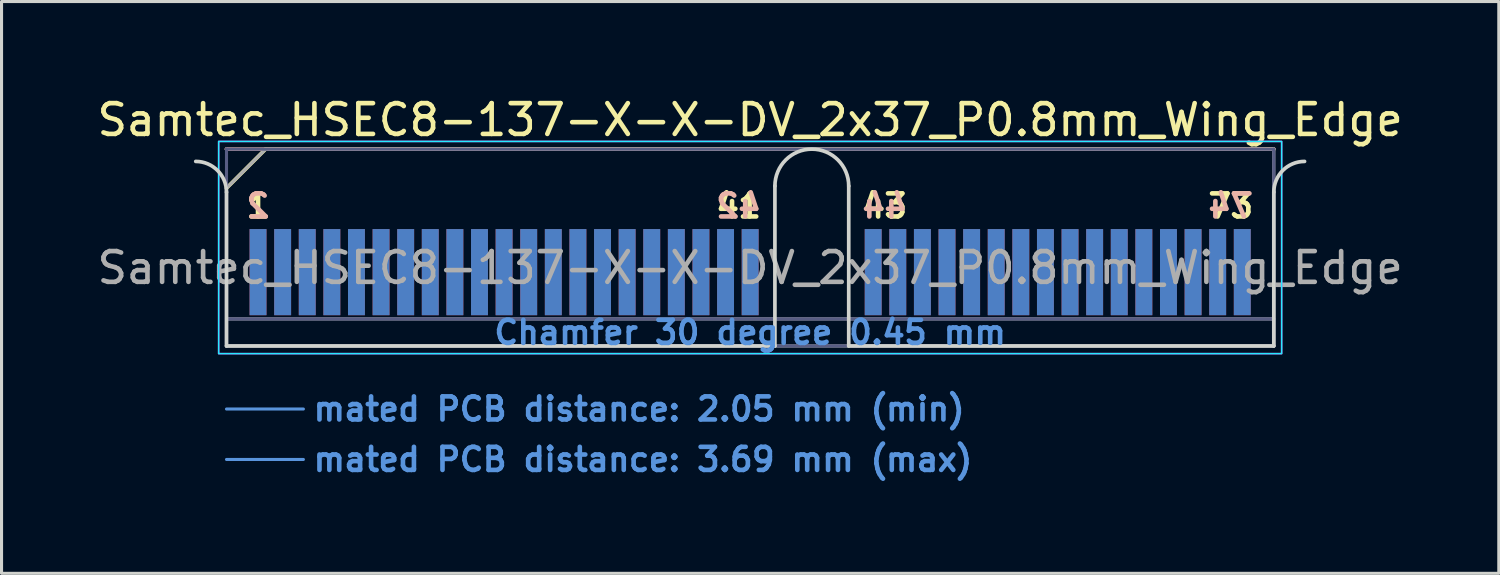
<source format=kicad_pcb>
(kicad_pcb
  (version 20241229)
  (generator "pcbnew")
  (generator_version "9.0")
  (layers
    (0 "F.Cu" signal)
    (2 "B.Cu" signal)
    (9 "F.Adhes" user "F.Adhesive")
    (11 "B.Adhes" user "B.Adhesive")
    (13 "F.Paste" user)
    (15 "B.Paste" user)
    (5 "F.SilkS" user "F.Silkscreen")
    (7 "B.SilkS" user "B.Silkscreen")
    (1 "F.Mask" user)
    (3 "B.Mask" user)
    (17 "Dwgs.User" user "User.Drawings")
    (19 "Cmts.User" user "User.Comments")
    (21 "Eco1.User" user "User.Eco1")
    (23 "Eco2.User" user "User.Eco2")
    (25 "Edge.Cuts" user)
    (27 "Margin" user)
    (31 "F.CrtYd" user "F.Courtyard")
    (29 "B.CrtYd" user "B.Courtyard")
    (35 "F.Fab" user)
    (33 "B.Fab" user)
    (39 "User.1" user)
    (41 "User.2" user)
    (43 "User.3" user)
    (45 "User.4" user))
  (footprint "Samtec_HSEC8-137-X-X-DV_2x37_P0.8mm_Wing_Edge"
    (layer "F.Cu")
    (at 21.339 8.198)
    (property "Reference" "Samtec_HSEC8-137-X-X-DV_2x37_P0.8mm_Wing_Edge" (at 0 -7.35 0) (layer "F.SilkS") (effects (font (size 1 1) (thickness 0.15))))
    (attr exclude_from_pos_files exclude_from_bom)
    (fp_line (start -17.025 -5.13) (end -15.755 -6.4) (stroke (width 0.12) (type solid)) (layer "F.SilkS"))
    (fp_line (start -15.755 -6.4) (end 17.025 -6.4) (stroke (width 0.12) (type solid)) (layer "F.SilkS"))
    (fp_line (start -17.025 -6.4) (end -17.025 -6.4) (stroke (width 0.12) (type solid)) (layer "B.SilkS"))
    (fp_line (start -17.025 -6.4) (end 17.025 -6.4) (stroke (width 0.12) (type solid)) (layer "B.SilkS"))
    (fp_line (start -17.025 2.05) (end -14.525 2.05) (stroke (width 0.1) (type solid)) (layer "Cmts.User"))
    (fp_line (start -17.025 3.69) (end -14.525 3.69) (stroke (width 0.1) (type solid)) (layer "Cmts.User"))
    (fp_line (start -17.025 -5) (end -17.025 0) (stroke (width 0.12) (type solid)) (layer "Edge.Cuts"))
    (fp_line (start -17.025 0) (end 0.805 0) (stroke (width 0.12) (type solid)) (layer "Edge.Cuts"))
    (fp_line (start 0.805 0) (end 0.805 -5.2) (stroke (width 0.12) (type solid)) (layer "Edge.Cuts"))
    (fp_line (start 3.205 -5.2) (end 3.205 0) (stroke (width 0.12) (type solid)) (layer "Edge.Cuts"))
    (fp_line (start 3.205 0) (end 17.025 0) (stroke (width 0.12) (type solid)) (layer "Edge.Cuts"))
    (fp_line (start 17.025 0) (end 17.025 -5) (stroke (width 0.12) (type solid)) (layer "Edge.Cuts"))
    (fp_arc (start -18.025 -6) (mid -17.317893 -5.707107) (end -17.025 -5) (stroke (width 0.12) (type solid)) (layer "Edge.Cuts"))
    (fp_arc (start 0.805 -5.2) (mid 2.005 -6.4) (end 3.205 -5.2) (stroke (width 0.12) (type solid)) (layer "Edge.Cuts"))
    (fp_arc (start 17.025 -5) (mid 17.317893 -5.707107) (end 18.025 -6) (stroke (width 0.12) (type solid)) (layer "Edge.Cuts"))
    (fp_rect (start -17.28 -6.65) (end 17.28 0.25) (stroke (width 0.05) (type solid)) (fill no) (layer "B.CrtYd"))
    (fp_rect (start -17.28 -6.65) (end 17.28 0.25) (stroke (width 0.05) (type solid)) (fill no) (layer "F.CrtYd"))
    (fp_line (start -17.025 -6.4) (end -17.025 -6.4) (stroke (width 0.1) (type solid)) (layer "B.Fab"))
    (fp_line (start -17.025 -6.4) (end -17.025 0) (stroke (width 0.1) (type solid)) (layer "B.Fab"))
    (fp_line (start -17.025 -6.4) (end 17.025 -6.4) (stroke (width 0.1) (type solid)) (layer "B.Fab"))
    (fp_line (start -17.025 -0.88) (end 17.025 -0.88) (stroke (width 0.1) (type solid)) (layer "B.Fab"))
    (fp_line (start -17.025 0) (end 17.025 0) (stroke (width 0.1) (type solid)) (layer "B.Fab"))
    (fp_line (start 17.025 -6.4) (end 17.025 0) (stroke (width 0.1) (type solid)) (layer "B.Fab"))
    (fp_line (start -17.025 -5.13) (end -17.025 0) (stroke (width 0.1) (type solid)) (layer "F.Fab"))
    (fp_line (start -17.025 -5.13) (end -15.755 -6.4) (stroke (width 0.1) (type solid)) (layer "F.Fab"))
    (fp_line (start -17.025 -0.88) (end 17.025 -0.88) (stroke (width 0.1) (type solid)) (layer "F.Fab"))
    (fp_line (start -17.025 0) (end 17.025 0) (stroke (width 0.1) (type solid)) (layer "F.Fab"))
    (fp_line (start -15.755 -6.4) (end 17.025 -6.4) (stroke (width 0.1) (type solid)) (layer "F.Fab"))
    (fp_line (start 17.025 -6.4) (end 17.025 0) (stroke (width 0.1) (type solid)) (layer "F.Fab"))
    (fp_text user "1" (at -16 -4.55 0) (layer "F.SilkS") (effects (font (size 0.75 0.75) (thickness 0.15))))
    (fp_text user "41" (at -0.375 -4.55 0) (layer "F.SilkS") (effects (font (size 0.75 0.75) (thickness 0.15))))
    (fp_text user "73" (at 15.625 -4.55 0) (layer "F.SilkS") (effects (font (size 0.75 0.75) (thickness 0.15))))
    (fp_text user "43" (at 4.375 -4.55 0) (layer "F.SilkS") (effects (font (size 0.75 0.75) (thickness 0.15))))
    (fp_text user "2" (at -16 -4.55 0) (layer "B.SilkS") (effects (font (size 0.75 0.75) (thickness 0.15)) (justify mirror)))
    (fp_text user "74" (at 15.625 -4.55 0) (layer "B.SilkS") (effects (font (size 0.75 0.75) (thickness 0.15)) (justify mirror)))
    (fp_text user "42" (at -0.375 -4.55 0) (layer "B.SilkS") (effects (font (size 0.75 0.75) (thickness 0.15)) (justify mirror)))
    (fp_text user "44" (at 4.375 -4.55 0) (layer "B.SilkS") (effects (font (size 0.75 0.75) (thickness 0.15)) (justify mirror)))
    (fp_text user "mated PCB distance: 2.05 mm (min)" (at -14.28 2.05 0) (layer "Cmts.User") (effects (font (size 0.75 0.75) (thickness 0.15)) (justify left)))
    (fp_text user "Chamfer 30 degree 0.45 mm" (at 0 -0.44 0) (layer "Cmts.User") (effects (font (size 0.75 0.75) (thickness 0.15))))
    (fp_text user "mated PCB distance: 3.69 mm (max)" (at -14.28 3.69 0) (layer "Cmts.User") (effects (font (size 0.75 0.75) (thickness 0.15)) (justify left)))
    (fp_text user "${REFERENCE}" (at 0 -2.54 0) (layer "F.Fab") (effects (font (size 1 1) (thickness 0.15))))
    (pad "1" connect rect (at -16 -2.4) (size 0.55 2.8) (layers "F.Cu" "F.Mask"))
    (pad "2" connect rect (at -16 -2.4) (size 0.55 2.8) (layers "B.Cu" "B.Mask"))
    (pad "3" connect rect (at -15.2 -2.4) (size 0.55 2.8) (layers "F.Cu" "F.Mask"))
    (pad "4" connect rect (at -15.2 -2.4) (size 0.55 2.8) (layers "B.Cu" "B.Mask"))
    (pad "5" connect rect (at -14.4 -2.4) (size 0.55 2.8) (layers "F.Cu" "F.Mask"))
    (pad "6" connect rect (at -14.4 -2.4) (size 0.55 2.8) (layers "B.Cu" "B.Mask"))
    (pad "7" connect rect (at -13.6 -2.4) (size 0.55 2.8) (layers "F.Cu" "F.Mask"))
    (pad "8" connect rect (at -13.6 -2.4) (size 0.55 2.8) (layers "B.Cu" "B.Mask"))
    (pad "9" connect rect (at -12.8 -2.4) (size 0.55 2.8) (layers "F.Cu" "F.Mask"))
    (pad "10" connect rect (at -12.8 -2.4) (size 0.55 2.8) (layers "B.Cu" "B.Mask"))
    (pad "11" connect rect (at -12 -2.4) (size 0.55 2.8) (layers "F.Cu" "F.Mask"))
    (pad "12" connect rect (at -12 -2.4) (size 0.55 2.8) (layers "B.Cu" "B.Mask"))
    (pad "13" connect rect (at -11.2 -2.4) (size 0.55 2.8) (layers "F.Cu" "F.Mask"))
    (pad "14" connect rect (at -11.2 -2.4) (size 0.55 2.8) (layers "B.Cu" "B.Mask"))
    (pad "15" connect rect (at -10.4 -2.4) (size 0.55 2.8) (layers "F.Cu" "F.Mask"))
    (pad "16" connect rect (at -10.4 -2.4) (size 0.55 2.8) (layers "B.Cu" "B.Mask"))
    (pad "17" connect rect (at -9.6 -2.4) (size 0.55 2.8) (layers "F.Cu" "F.Mask"))
    (pad "18" connect rect (at -9.6 -2.4) (size 0.55 2.8) (layers "B.Cu" "B.Mask"))
    (pad "19" connect rect (at -8.8 -2.4) (size 0.55 2.8) (layers "F.Cu" "F.Mask"))
    (pad "20" connect rect (at -8.8 -2.4) (size 0.55 2.8) (layers "B.Cu" "B.Mask"))
    (pad "21" connect rect (at -8 -2.4) (size 0.55 2.8) (layers "F.Cu" "F.Mask"))
    (pad "22" connect rect (at -8 -2.4) (size 0.55 2.8) (layers "B.Cu" "B.Mask"))
    (pad "23" connect rect (at -7.2 -2.4) (size 0.55 2.8) (layers "F.Cu" "F.Mask"))
    (pad "24" connect rect (at -7.2 -2.4) (size 0.55 2.8) (layers "B.Cu" "B.Mask"))
    (pad "25" connect rect (at -6.4 -2.4) (size 0.55 2.8) (layers "F.Cu" "F.Mask"))
    (pad "26" connect rect (at -6.4 -2.4) (size 0.55 2.8) (layers "B.Cu" "B.Mask"))
    (pad "27" connect rect (at -5.6 -2.4) (size 0.55 2.8) (layers "F.Cu" "F.Mask"))
    (pad "28" connect rect (at -5.6 -2.4) (size 0.55 2.8) (layers "B.Cu" "B.Mask"))
    (pad "29" connect rect (at -4.8 -2.4) (size 0.55 2.8) (layers "F.Cu" "F.Mask"))
    (pad "30" connect rect (at -4.8 -2.4) (size 0.55 2.8) (layers "B.Cu" "B.Mask"))
    (pad "31" connect rect (at -4 -2.4) (size 0.55 2.8) (layers "F.Cu" "F.Mask"))
    (pad "32" connect rect (at -4 -2.4) (size 0.55 2.8) (layers "B.Cu" "B.Mask"))
    (pad "33" connect rect (at -3.2 -2.4) (size 0.55 2.8) (layers "F.Cu" "F.Mask"))
    (pad "34" connect rect (at -3.2 -2.4) (size 0.55 2.8) (layers "B.Cu" "B.Mask"))
    (pad "35" connect rect (at -2.4 -2.4) (size 0.55 2.8) (layers "F.Cu" "F.Mask"))
    (pad "36" connect rect (at -2.4 -2.4) (size 0.55 2.8) (layers "B.Cu" "B.Mask"))
    (pad "37" connect rect (at -1.6 -2.4) (size 0.55 2.8) (layers "F.Cu" "F.Mask"))
    (pad "38" connect rect (at -1.6 -2.4) (size 0.55 2.8) (layers "B.Cu" "B.Mask"))
    (pad "39" connect rect (at -0.8 -2.4) (size 0.55 2.8) (layers "F.Cu" "F.Mask"))
    (pad "40" connect rect (at -0.8 -2.4) (size 0.55 2.8) (layers "B.Cu" "B.Mask"))
    (pad "41" connect rect (at 0 -2.4) (size 0.55 2.8) (layers "F.Cu" "F.Mask"))
    (pad "42" connect rect (at 0 -2.4) (size 0.55 2.8) (layers "B.Cu" "B.Mask"))
    (pad "43" connect rect (at 4 -2.4) (size 0.55 2.8) (layers "F.Cu" "F.Mask"))
    (pad "44" connect rect (at 4 -2.4) (size 0.55 2.8) (layers "B.Cu" "B.Mask"))
    (pad "45" connect rect (at 4.8 -2.4) (size 0.55 2.8) (layers "F.Cu" "F.Mask"))
    (pad "46" connect rect (at 4.8 -2.4) (size 0.55 2.8) (layers "B.Cu" "B.Mask"))
    (pad "47" connect rect (at 5.6 -2.4) (size 0.55 2.8) (layers "F.Cu" "F.Mask"))
    (pad "48" connect rect (at 5.6 -2.4) (size 0.55 2.8) (layers "B.Cu" "B.Mask"))
    (pad "49" connect rect (at 6.4 -2.4) (size 0.55 2.8) (layers "F.Cu" "F.Mask"))
    (pad "50" connect rect (at 6.4 -2.4) (size 0.55 2.8) (layers "B.Cu" "B.Mask"))
    (pad "51" connect rect (at 7.2 -2.4) (size 0.55 2.8) (layers "F.Cu" "F.Mask"))
    (pad "52" connect rect (at 7.2 -2.4) (size 0.55 2.8) (layers "B.Cu" "B.Mask"))
    (pad "53" connect rect (at 8 -2.4) (size 0.55 2.8) (layers "F.Cu" "F.Mask"))
    (pad "54" connect rect (at 8 -2.4) (size 0.55 2.8) (layers "B.Cu" "B.Mask"))
    (pad "55" connect rect (at 8.8 -2.4) (size 0.55 2.8) (layers "F.Cu" "F.Mask"))
    (pad "56" connect rect (at 8.8 -2.4) (size 0.55 2.8) (layers "B.Cu" "B.Mask"))
    (pad "57" connect rect (at 9.6 -2.4) (size 0.55 2.8) (layers "F.Cu" "F.Mask"))
    (pad "58" connect rect (at 9.6 -2.4) (size 0.55 2.8) (layers "B.Cu" "B.Mask"))
    (pad "59" connect rect (at 10.4 -2.4) (size 0.55 2.8) (layers "F.Cu" "F.Mask"))
    (pad "60" connect rect (at 10.4 -2.4) (size 0.55 2.8) (layers "B.Cu" "B.Mask"))
    (pad "61" connect rect (at 11.2 -2.4) (size 0.55 2.8) (layers "F.Cu" "F.Mask"))
    (pad "62" connect rect (at 11.2 -2.4) (size 0.55 2.8) (layers "B.Cu" "B.Mask"))
    (pad "63" connect rect (at 12 -2.4) (size 0.55 2.8) (layers "F.Cu" "F.Mask"))
    (pad "64" connect rect (at 12 -2.4) (size 0.55 2.8) (layers "B.Cu" "B.Mask"))
    (pad "65" connect rect (at 12.8 -2.4) (size 0.55 2.8) (layers "F.Cu" "F.Mask"))
    (pad "66" connect rect (at 12.8 -2.4) (size 0.55 2.8) (layers "B.Cu" "B.Mask"))
    (pad "67" connect rect (at 13.6 -2.4) (size 0.55 2.8) (layers "F.Cu" "F.Mask"))
    (pad "68" connect rect (at 13.6 -2.4) (size 0.55 2.8) (layers "B.Cu" "B.Mask"))
    (pad "69" connect rect (at 14.4 -2.4) (size 0.55 2.8) (layers "F.Cu" "F.Mask"))
    (pad "70" connect rect (at 14.4 -2.4) (size 0.55 2.8) (layers "B.Cu" "B.Mask"))
    (pad "71" connect rect (at 15.2 -2.4) (size 0.55 2.8) (layers "F.Cu" "F.Mask"))
    (pad "72" connect rect (at 15.2 -2.4) (size 0.55 2.8) (layers "B.Cu" "B.Mask"))
    (pad "73" connect rect (at 16 -2.4) (size 0.55 2.8) (layers "F.Cu" "F.Mask"))
    (pad "74" connect rect (at 16 -2.4) (size 0.55 2.8) (layers "B.Cu" "B.Mask")))
  (gr_rect
    (start -3 -3)
    (end 45.679 15.59)
    (stroke (width 0.1) (type default))
    (fill no)
    (layer "Edge.Cuts")))
</source>
